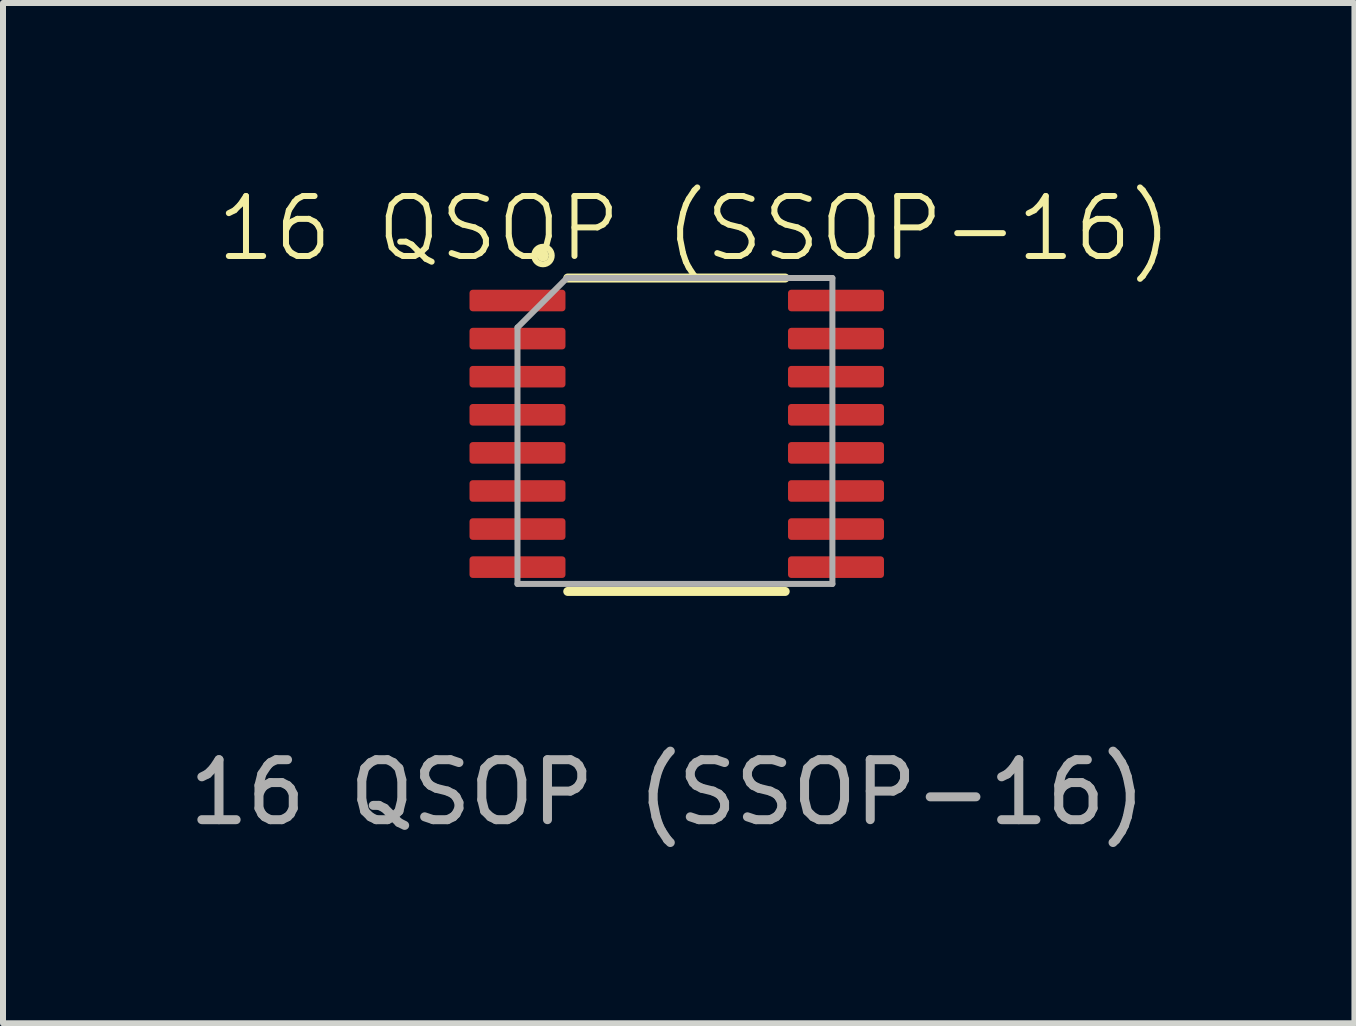
<source format=kicad_pcb>
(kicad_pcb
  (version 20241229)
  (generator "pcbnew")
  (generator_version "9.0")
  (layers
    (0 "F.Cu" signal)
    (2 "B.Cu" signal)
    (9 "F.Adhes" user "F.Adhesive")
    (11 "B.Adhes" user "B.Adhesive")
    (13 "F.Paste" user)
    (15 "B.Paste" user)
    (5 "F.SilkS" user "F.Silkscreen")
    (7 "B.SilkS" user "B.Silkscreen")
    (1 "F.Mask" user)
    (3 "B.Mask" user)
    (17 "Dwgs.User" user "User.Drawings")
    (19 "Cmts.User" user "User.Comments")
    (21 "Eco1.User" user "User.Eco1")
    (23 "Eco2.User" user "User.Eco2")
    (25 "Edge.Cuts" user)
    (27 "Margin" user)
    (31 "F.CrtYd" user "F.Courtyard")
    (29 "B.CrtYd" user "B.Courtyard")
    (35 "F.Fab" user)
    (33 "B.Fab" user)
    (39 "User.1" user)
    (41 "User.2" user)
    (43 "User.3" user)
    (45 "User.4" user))
  (footprint "16 QSOP (SSOP-16)"
    (layer "F.Cu")
    (at 5.577 1.96)
    (property "Reference" "16 QSOP (SSOP-16)" (at 2.95 -1.2 0) (unlocked yes) (layer "F.SilkS") (effects (font (size 1 1) (thickness 0.1))))
    (attr smd)
    (fp_line (start 0.838 -0.375) (end 4.463 -0.375) (stroke (width 0.15) (type solid)) (layer "F.SilkS"))
    (fp_line (start 0.838 4.85) (end 4.463 4.85) (stroke (width 0.15) (type solid)) (layer "F.SilkS"))
    (fp_circle (center 0.425 -0.75) (end 0.475 -0.75) (stroke (width 0.1) (type default)) (fill no) (layer "F.SilkS"))
    (fp_circle (center 0.425 -0.75) (end 0.5 -0.625) (stroke (width 0.1) (type default)) (fill no) (layer "F.SilkS"))
    (fp_line (start 0 0.45) (end 0.825 -0.375) (stroke (width 0.1) (type default)) (layer "F.Fab"))
    (fp_line (start 0 4.725) (end 0 0.45) (stroke (width 0.1) (type default)) (layer "F.Fab"))
    (fp_line (start 0.825 -0.375) (end 5.25 -0.375) (stroke (width 0.1) (type default)) (layer "F.Fab"))
    (fp_line (start 5.25 -0.375) (end 5.25 4.725) (stroke (width 0.1) (type default)) (layer "F.Fab"))
    (fp_line (start 5.25 4.725) (end 0 4.725) (stroke (width 0.1) (type default)) (layer "F.Fab"))
    (fp_text user "${REFERENCE}" (at 2.5 8.2 0) (unlocked yes) (layer "F.Fab") (effects (font (size 1 1) (thickness 0.15))))
    (pad "1" smd roundrect (at 0 0) (size 1.6 0.36) (layers "F.Cu" "F.Mask" "F.Paste") (roundrect_rratio 0.15))
    (pad "2" smd roundrect (at 0 0.635) (size 1.6 0.36) (layers "F.Cu" "F.Mask" "F.Paste") (roundrect_rratio 0.15))
    (pad "3" smd roundrect (at 0 1.27) (size 1.6 0.36) (layers "F.Cu" "F.Mask" "F.Paste") (roundrect_rratio 0.15))
    (pad "4" smd roundrect (at 0 1.905) (size 1.6 0.36) (layers "F.Cu" "F.Mask" "F.Paste") (roundrect_rratio 0.15))
    (pad "5" smd roundrect (at 0 2.54) (size 1.6 0.36) (layers "F.Cu" "F.Mask" "F.Paste") (roundrect_rratio 0.15))
    (pad "6" smd roundrect (at 0 3.175) (size 1.6 0.36) (layers "F.Cu" "F.Mask" "F.Paste") (roundrect_rratio 0.15))
    (pad "7" smd roundrect (at 0 3.81) (size 1.6 0.36) (layers "F.Cu" "F.Mask" "F.Paste") (roundrect_rratio 0.15))
    (pad "8" smd roundrect (at 0 4.445) (size 1.6 0.36) (layers "F.Cu" "F.Mask" "F.Paste") (roundrect_rratio 0.15))
    (pad "9" smd roundrect (at 5.31 4.445) (size 1.6 0.36) (layers "F.Cu" "F.Mask" "F.Paste") (roundrect_rratio 0.15))
    (pad "10" smd roundrect (at 5.31 3.81) (size 1.6 0.36) (layers "F.Cu" "F.Mask" "F.Paste") (roundrect_rratio 0.15))
    (pad "11" smd roundrect (at 5.31 3.175) (size 1.6 0.36) (layers "F.Cu" "F.Mask" "F.Paste") (roundrect_rratio 0.15))
    (pad "12" smd roundrect (at 5.31 2.54) (size 1.6 0.36) (layers "F.Cu" "F.Mask" "F.Paste") (roundrect_rratio 0.15))
    (pad "13" smd roundrect (at 5.31 1.905) (size 1.6 0.36) (layers "F.Cu" "F.Mask" "F.Paste") (roundrect_rratio 0.15))
    (pad "14" smd roundrect (at 5.31 1.27) (size 1.6 0.36) (layers "F.Cu" "F.Mask" "F.Paste") (roundrect_rratio 0.15))
    (pad "15" smd roundrect (at 5.31 0.635) (size 1.6 0.36) (layers "F.Cu" "F.Mask" "F.Paste") (roundrect_rratio 0.15))
    (pad "16" smd roundrect (at 5.31 0) (size 1.6 0.36) (layers "F.Cu" "F.Mask" "F.Paste") (roundrect_rratio 0.15)))
  (gr_rect
    (start -3 -3)
    (end 19.53 14.009)
    (stroke (width 0.1) (type default))
    (fill no)
    (layer "Edge.Cuts")))
</source>
